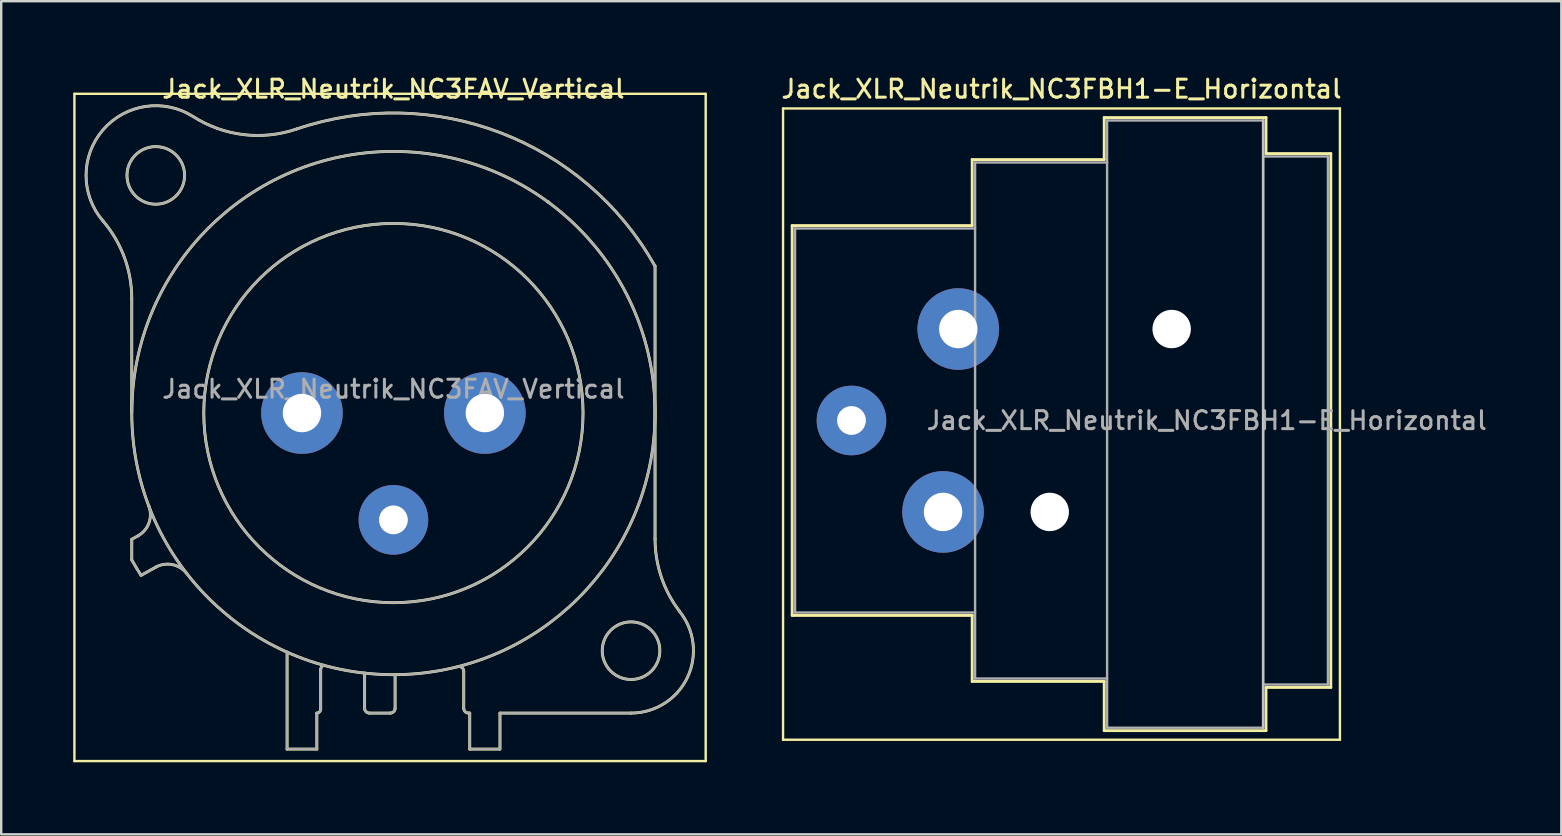
<source format=kicad_pcb>
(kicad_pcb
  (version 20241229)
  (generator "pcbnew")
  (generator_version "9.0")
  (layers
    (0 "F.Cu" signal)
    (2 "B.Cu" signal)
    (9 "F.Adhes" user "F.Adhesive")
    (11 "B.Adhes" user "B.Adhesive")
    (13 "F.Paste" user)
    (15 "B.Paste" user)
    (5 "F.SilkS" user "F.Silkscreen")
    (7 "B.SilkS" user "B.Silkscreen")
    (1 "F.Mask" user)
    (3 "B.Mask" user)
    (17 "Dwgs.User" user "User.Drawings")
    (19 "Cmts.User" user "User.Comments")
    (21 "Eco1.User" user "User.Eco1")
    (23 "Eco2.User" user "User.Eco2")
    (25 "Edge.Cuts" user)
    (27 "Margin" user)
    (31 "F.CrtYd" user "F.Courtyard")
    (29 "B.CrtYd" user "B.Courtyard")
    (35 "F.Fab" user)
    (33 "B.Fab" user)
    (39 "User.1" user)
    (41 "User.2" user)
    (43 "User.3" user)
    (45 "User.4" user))
  (footprint "Jack_XLR_Neutrik_NC3FAV_Vertical"
    (layer "F.Cu")
    (at 17.15 14.158)
    (property "Reference" "Jack_XLR_Neutrik_NC3FAV_Vertical" (at -3.81 -13.5 0) (layer "F.SilkS") (effects (font (size 0.75 0.75) (thickness 0.125))))
    (attr through_hole)
    (fp_line (start -17.1 -13.3) (end 9.2 -13.3) (stroke (width 0.1) (type solid)) (layer "F.SilkS"))
    (fp_line (start -17.1 14.5) (end -17.1 -13.3) (stroke (width 0.1) (type solid)) (layer "F.SilkS"))
    (fp_line (start -14.71 0) (end -14.71 -4.76) (stroke (width 0.12) (type solid)) (layer "F.SilkS"))
    (fp_line (start -14.71 5.26) (end -14.71 6.12) (stroke (width 0.12) (type solid)) (layer "F.SilkS"))
    (fp_line (start -14.44 5.11) (end -14.71 5.26) (stroke (width 0.12) (type solid)) (layer "F.SilkS"))
    (fp_line (start -14.32 6.76) (end -13.71 6.42) (stroke (width 0.12) (type solid)) (layer "F.SilkS"))
    (fp_line (start -8.24 9.96) (end -8.24 14) (stroke (width 0.12) (type solid)) (layer "F.SilkS"))
    (fp_line (start -7 12.5) (end -7 14) (stroke (width 0.12) (type solid)) (layer "F.SilkS"))
    (fp_line (start -7 14) (end -8.24 14) (stroke (width 0.12) (type solid)) (layer "F.SilkS"))
    (fp_line (start -6.84 12.34) (end -6.84 10.69) (stroke (width 0.12) (type solid)) (layer "F.SilkS"))
    (fp_line (start -5.01 10.83) (end -5.01 12.3) (stroke (width 0.12) (type solid)) (layer "F.SilkS"))
    (fp_line (start -3.94 12.5) (end -4.81 12.5) (stroke (width 0.12) (type solid)) (layer "F.SilkS"))
    (fp_line (start -3.74 10.9) (end -3.74 12.3) (stroke (width 0.12) (type solid)) (layer "F.SilkS"))
    (fp_line (start -0.88 12.3) (end -0.88 10.76) (stroke (width 0.12) (type solid)) (layer "F.SilkS"))
    (fp_line (start -0.63 12.5) (end -0.68 12.5) (stroke (width 0.12) (type solid)) (layer "F.SilkS"))
    (fp_line (start -0.63 12.5) (end -0.63 14) (stroke (width 0.12) (type solid)) (layer "F.SilkS"))
    (fp_line (start 0.62 14) (end -0.63 14) (stroke (width 0.12) (type solid)) (layer "F.SilkS"))
    (fp_line (start 0.63 12.5) (end 6.09 12.5) (stroke (width 0.12) (type solid)) (layer "F.SilkS"))
    (fp_line (start 0.63 14) (end 0.63 12.5) (stroke (width 0.12) (type solid)) (layer "F.SilkS"))
    (fp_line (start 7.09 5.24) (end 7.09 -6.12) (stroke (width 0.12) (type solid)) (layer "F.SilkS"))
    (fp_line (start 9.2 -13.3) (end 9.2 14.5) (stroke (width 0.1) (type solid)) (layer "F.SilkS"))
    (fp_line (start 9.2 14.5) (end -17.1 14.5) (stroke (width 0.1) (type solid)) (layer "F.SilkS"))
    (fp_arc (start -15.908829 -8.000856) (mid -15.019313 -6.48774) (end -14.71 -4.76) (stroke (width 0.12) (type solid)) (layer "F.SilkS"))
    (fp_arc (start -15.908236 -8.001617) (mid -15.907486 -11.799251) (end -12.15 -12.35) (stroke (width 0.12) (type solid)) (layer "F.SilkS"))
    (fp_arc (start -14.32314 6.763008) (mid -14.521396 6.444407) (end -14.71 6.12) (stroke (width 0.12) (type solid)) (layer "F.SilkS"))
    (fp_arc (start -14.004283 3.855674) (mid -13.989213 4.56375) (end -14.44 5.11) (stroke (width 0.12) (type solid)) (layer "F.SilkS"))
    (fp_arc (start -13.71 6.42) (mid -13.01025 6.315915) (end -12.412202 6.693832) (stroke (width 0.12) (type solid)) (layer "F.SilkS"))
    (fp_arc (start -7.848035 -11.831177) (mid -10.058192 -11.599923) (end -12.15 -12.35) (stroke (width 0.12) (type solid)) (layer "F.SilkS"))
    (fp_arc (start -7.841153 -11.83276) (mid 0.657009 -11.675197) (end 7.09 -6.12) (stroke (width 0.12) (type solid)) (layer "F.SilkS"))
    (fp_arc (start -6.84 10.69) (mid -6.803713 10.578321) (end -6.708713 10.509299) (stroke (width 0.12) (type solid)) (layer "F.SilkS"))
    (fp_arc (start -6.84 12.34) (mid -6.886863 12.453137) (end -7 12.5) (stroke (width 0.12) (type solid)) (layer "F.SilkS"))
    (fp_arc (start -4.81 12.5) (mid -4.951421 12.441421) (end -5.01 12.3) (stroke (width 0.12) (type solid)) (layer "F.SilkS"))
    (fp_arc (start -3.74 12.3) (mid -3.798579 12.441421) (end -3.94 12.5) (stroke (width 0.12) (type solid)) (layer "F.SilkS"))
    (fp_arc (start -1.1294 10.566197) (mid -0.957281 10.602076) (end -0.88 10.76) (stroke (width 0.12) (type solid)) (layer "F.SilkS"))
    (fp_arc (start -0.68 12.5) (mid -0.821421 12.441421) (end -0.88 12.3) (stroke (width 0.12) (type solid)) (layer "F.SilkS"))
    (fp_arc (start 2.636924 -8.782671) (mid 2.628394 -8.791269) (end 2.62 -8.8) (stroke (width 0.12) (type solid)) (layer "F.SilkS"))
    (fp_arc (start 2.680052 -8.767734) (mid 2.65973 -8.7835) (end 2.64 -8.8) (stroke (width 0.12) (type solid)) (layer "F.SilkS"))
    (fp_arc (start 8.095865 8.245761) (mid 8.441704 11.008824) (end 6.09 12.5) (stroke (width 0.12) (type solid)) (layer "F.SilkS"))
    (fp_arc (start 8.098032 8.243976) (mid 7.348729 6.824298) (end 7.09 5.24) (stroke (width 0.12) (type solid)) (layer "F.SilkS"))
    (fp_circle (center -13.71 -9.9) (end -12.51 -9.9) (stroke (width 0.12) (type solid)) (fill no) (layer "F.SilkS"))
    (fp_circle (center -3.81 0) (end 4.09 0) (stroke (width 0.12) (type solid)) (fill no) (layer "F.SilkS"))
    (fp_circle (center -3.81 0) (end 7.09 0) (stroke (width 0.12) (type solid)) (fill no) (layer "F.SilkS"))
    (fp_circle (center 6.09 9.9) (end 7.29 9.9) (stroke (width 0.12) (type solid)) (fill no) (layer "F.SilkS"))
    (fp_line (start -14.71 0) (end -14.71 -4.76) (stroke (width 0.1) (type solid)) (layer "F.Fab"))
    (fp_line (start -14.71 5.26) (end -14.71 6.12) (stroke (width 0.1) (type solid)) (layer "F.Fab"))
    (fp_line (start -14.44 5.11) (end -14.71 5.26) (stroke (width 0.1) (type solid)) (layer "F.Fab"))
    (fp_line (start -14.32 6.76) (end -13.71 6.42) (stroke (width 0.1) (type solid)) (layer "F.Fab"))
    (fp_line (start -8.24 9.96) (end -8.24 14) (stroke (width 0.1) (type solid)) (layer "F.Fab"))
    (fp_line (start -7 12.5) (end -7 14) (stroke (width 0.1) (type solid)) (layer "F.Fab"))
    (fp_line (start -7 14) (end -8.24 14) (stroke (width 0.1) (type solid)) (layer "F.Fab"))
    (fp_line (start -6.84 12.34) (end -6.84 10.69) (stroke (width 0.1) (type solid)) (layer "F.Fab"))
    (fp_line (start -5.01 10.83) (end -5.01 12.3) (stroke (width 0.1) (type solid)) (layer "F.Fab"))
    (fp_line (start -3.94 12.5) (end -4.81 12.5) (stroke (width 0.1) (type solid)) (layer "F.Fab"))
    (fp_line (start -3.74 10.9) (end -3.74 12.3) (stroke (width 0.1) (type solid)) (layer "F.Fab"))
    (fp_line (start -0.88 12.3) (end -0.88 10.76) (stroke (width 0.1) (type solid)) (layer "F.Fab"))
    (fp_line (start -0.63 12.5) (end -0.68 12.5) (stroke (width 0.1) (type solid)) (layer "F.Fab"))
    (fp_line (start -0.63 12.5) (end -0.63 14) (stroke (width 0.1) (type solid)) (layer "F.Fab"))
    (fp_line (start 0.62 14) (end -0.63 14) (stroke (width 0.1) (type solid)) (layer "F.Fab"))
    (fp_line (start 0.63 12.5) (end 6.09 12.5) (stroke (width 0.1) (type solid)) (layer "F.Fab"))
    (fp_line (start 0.63 14) (end 0.63 12.5) (stroke (width 0.1) (type solid)) (layer "F.Fab"))
    (fp_line (start 7.09 5.24) (end 7.09 -6.12) (stroke (width 0.1) (type solid)) (layer "F.Fab"))
    (fp_arc (start -15.908829 -8.000856) (mid -15.019313 -6.48774) (end -14.71 -4.76) (stroke (width 0.1) (type solid)) (layer "F.Fab"))
    (fp_arc (start -15.908236 -8.001617) (mid -15.907486 -11.799251) (end -12.15 -12.35) (stroke (width 0.1) (type solid)) (layer "F.Fab"))
    (fp_arc (start -14.32314 6.763008) (mid -14.521396 6.444407) (end -14.71 6.12) (stroke (width 0.1) (type solid)) (layer "F.Fab"))
    (fp_arc (start -14.004283 3.855674) (mid -13.989213 4.56375) (end -14.44 5.11) (stroke (width 0.1) (type solid)) (layer "F.Fab"))
    (fp_arc (start -13.71 6.42) (mid -13.01025 6.315915) (end -12.412202 6.693832) (stroke (width 0.1) (type solid)) (layer "F.Fab"))
    (fp_arc (start -7.848035 -11.831177) (mid -10.058192 -11.599923) (end -12.15 -12.35) (stroke (width 0.1) (type solid)) (layer "F.Fab"))
    (fp_arc (start -7.841153 -11.83276) (mid 0.657009 -11.675197) (end 7.09 -6.12) (stroke (width 0.1) (type solid)) (layer "F.Fab"))
    (fp_arc (start -6.84 10.69) (mid -6.803713 10.578321) (end -6.708713 10.509299) (stroke (width 0.1) (type solid)) (layer "F.Fab"))
    (fp_arc (start -6.84 12.34) (mid -6.886863 12.453137) (end -7 12.5) (stroke (width 0.1) (type solid)) (layer "F.Fab"))
    (fp_arc (start -4.81 12.5) (mid -4.951421 12.441421) (end -5.01 12.3) (stroke (width 0.1) (type solid)) (layer "F.Fab"))
    (fp_arc (start -3.74 12.3) (mid -3.798579 12.441421) (end -3.94 12.5) (stroke (width 0.1) (type solid)) (layer "F.Fab"))
    (fp_arc (start -1.1294 10.566197) (mid -0.957281 10.602076) (end -0.88 10.76) (stroke (width 0.1) (type solid)) (layer "F.Fab"))
    (fp_arc (start -0.68 12.5) (mid -0.821421 12.441421) (end -0.88 12.3) (stroke (width 0.1) (type solid)) (layer "F.Fab"))
    (fp_arc (start 2.636924 -8.782671) (mid 2.628394 -8.791269) (end 2.62 -8.8) (stroke (width 0.1) (type solid)) (layer "F.Fab"))
    (fp_arc (start 2.680052 -8.767734) (mid 2.65973 -8.7835) (end 2.64 -8.8) (stroke (width 0.1) (type solid)) (layer "F.Fab"))
    (fp_arc (start 8.095865 8.245761) (mid 8.441704 11.008824) (end 6.09 12.5) (stroke (width 0.1) (type solid)) (layer "F.Fab"))
    (fp_arc (start 8.098032 8.243976) (mid 7.348729 6.824298) (end 7.09 5.24) (stroke (width 0.1) (type solid)) (layer "F.Fab"))
    (fp_circle (center -13.71 -9.9) (end -12.51 -9.9) (stroke (width 0.1) (type solid)) (fill no) (layer "F.Fab"))
    (fp_circle (center -3.81 0) (end 4.09 0) (stroke (width 0.1) (type solid)) (fill no) (layer "F.Fab"))
    (fp_circle (center -3.81 0) (end 7.09 0) (stroke (width 0.1) (type solid)) (fill no) (layer "F.Fab"))
    (fp_circle (center 6.09 9.9) (end 7.29 9.9) (stroke (width 0.1) (type solid)) (fill no) (layer "F.Fab"))
    (fp_text user "${REFERENCE}" (at -3.81 -1 0) (layer "F.Fab") (effects (font (size 0.75 0.75) (thickness 0.125))))
    (pad "1" thru_hole circle (at 0 0) (size 3.4 3.4) (drill 1.6) (layers "*.Cu" "*.Mask"))
    (pad "2" thru_hole circle (at -7.62 0) (size 3.4 3.4) (drill 1.6) (layers "*.Cu" "*.Mask"))
    (pad "3" thru_hole circle (at -3.81 4.45) (size 2.9 2.9) (drill 1.2) (layers "*.Cu" "*.Mask")))
  (footprint "Jack_XLR_Neutrik_NC3FBH1-E_Horizontal"
    (layer "F.Cu")
    (at 36.873 10.658)
    (property "Reference" "Jack_XLR_Neutrik_NC3FBH1-E_Horizontal" (at 4.3 -10 0) (layer "F.SilkS") (effects (font (size 0.75 0.75) (thickness 0.125))))
    (attr through_hole)
    (fp_line (start -7.3 -9.19) (end -7.3 17.11) (stroke (width 0.1) (type solid)) (layer "F.SilkS"))
    (fp_line (start -6.92 -4.31) (end -6.92 11.93) (stroke (width 0.12) (type solid)) (layer "F.SilkS"))
    (fp_line (start 0.58 -7.06) (end 0.58 -4.31) (stroke (width 0.12) (type solid)) (layer "F.SilkS"))
    (fp_line (start 0.58 -4.31) (end -6.92 -4.31) (stroke (width 0.12) (type solid)) (layer "F.SilkS"))
    (fp_line (start 0.58 11.93) (end -6.92 11.93) (stroke (width 0.12) (type solid)) (layer "F.SilkS"))
    (fp_line (start 0.58 11.93) (end 0.58 14.68) (stroke (width 0.12) (type solid)) (layer "F.SilkS"))
    (fp_line (start 6.08 -7.06) (end 0.58 -7.06) (stroke (width 0.12) (type solid)) (layer "F.SilkS"))
    (fp_line (start 6.08 -7.06) (end 6.08 -8.81) (stroke (width 0.12) (type solid)) (layer "F.SilkS"))
    (fp_line (start 6.08 14.68) (end 0.58 14.68) (stroke (width 0.12) (type solid)) (layer "F.SilkS"))
    (fp_line (start 6.08 16.73) (end 6.08 14.68) (stroke (width 0.12) (type solid)) (layer "F.SilkS"))
    (fp_line (start 12.82 -8.81) (end 6.08 -8.81) (stroke (width 0.12) (type solid)) (layer "F.SilkS"))
    (fp_line (start 12.82 -8.81) (end 12.82 -7.31) (stroke (width 0.12) (type solid)) (layer "F.SilkS"))
    (fp_line (start 12.82 -7.31) (end 15.52 -7.31) (stroke (width 0.12) (type solid)) (layer "F.SilkS"))
    (fp_line (start 12.82 14.93) (end 12.82 16.73) (stroke (width 0.12) (type solid)) (layer "F.SilkS"))
    (fp_line (start 12.82 14.93) (end 15.52 14.93) (stroke (width 0.12) (type solid)) (layer "F.SilkS"))
    (fp_line (start 12.82 16.73) (end 6.08 16.73) (stroke (width 0.12) (type solid)) (layer "F.SilkS"))
    (fp_line (start 15.52 -7.31) (end 15.52 14.93) (stroke (width 0.12) (type solid)) (layer "F.SilkS"))
    (fp_line (start 15.9 -9.19) (end -7.3 -9.19) (stroke (width 0.1) (type solid)) (layer "F.SilkS"))
    (fp_line (start 15.9 -9.19) (end 15.9 17.11) (stroke (width 0.1) (type solid)) (layer "F.SilkS"))
    (fp_line (start 15.9 17.11) (end -7.3 17.11) (stroke (width 0.1) (type solid)) (layer "F.SilkS"))
    (fp_line (start 12.7 -8.69) (end 12.7 16.61) (stroke (width 0.1) (type solid)) (layer "Dwgs.User"))
    (fp_line (start -6.8 -4.19) (end -6.8 11.81) (stroke (width 0.1) (type solid)) (layer "F.Fab"))
    (fp_line (start -6.8 11.81) (end 0.7 11.81) (stroke (width 0.1) (type solid)) (layer "F.Fab"))
    (fp_line (start 0.7 -6.94) (end 0.7 14.56) (stroke (width 0.1) (type solid)) (layer "F.Fab"))
    (fp_line (start 0.7 -4.19) (end -6.8 -4.19) (stroke (width 0.1) (type solid)) (layer "F.Fab"))
    (fp_line (start 0.7 14.56) (end 6.2 14.56) (stroke (width 0.1) (type solid)) (layer "F.Fab"))
    (fp_line (start 6.2 -8.69) (end 12.7 -8.69) (stroke (width 0.1) (type solid)) (layer "F.Fab"))
    (fp_line (start 6.2 -6.94) (end 0.7 -6.94) (stroke (width 0.1) (type solid)) (layer "F.Fab"))
    (fp_line (start 6.2 16.61) (end 6.2 -8.69) (stroke (width 0.1) (type solid)) (layer "F.Fab"))
    (fp_line (start 12.7 -8.69) (end 12.7 16.61) (stroke (width 0.1) (type solid)) (layer "F.Fab"))
    (fp_line (start 12.7 -7.19) (end 15.4 -7.19) (stroke (width 0.1) (type solid)) (layer "F.Fab"))
    (fp_line (start 12.7 16.61) (end 6.2 16.61) (stroke (width 0.1) (type solid)) (layer "F.Fab"))
    (fp_line (start 15.4 -7.19) (end 15.4 14.81) (stroke (width 0.1) (type solid)) (layer "F.Fab"))
    (fp_line (start 15.4 14.81) (end 12.7 14.81) (stroke (width 0.1) (type solid)) (layer "F.Fab"))
    (fp_text user "${REFERENCE}" (at 10.35 3.81 0) (layer "F.Fab") (effects (font (size 0.75 0.75) (thickness 0.125))))
    (pad "" np_thru_hole circle (at 3.81 7.62) (size 1.6 1.6) (drill 1.6) (layers "*.Cu" "*.Mask"))
    (pad "" np_thru_hole circle (at 8.89 0) (size 1.6 1.6) (drill 1.6) (layers "*.Cu" "*.Mask"))
    (pad "1" thru_hole circle (at 0 0) (size 3.4 3.4) (drill 1.6) (layers "*.Cu" "*.Mask"))
    (pad "2" thru_hole circle (at -0.635 7.62) (size 3.4 3.4) (drill 1.6) (layers "*.Cu" "*.Mask"))
    (pad "3" thru_hole circle (at -4.45 3.81) (size 2.9 2.9) (drill 1.2) (layers "*.Cu" "*.Mask")))
  (gr_rect
    (start -3 -3)
    (end 61.996 31.708)
    (stroke (width 0.1) (type default))
    (fill no)
    (layer "Edge.Cuts")))
</source>
